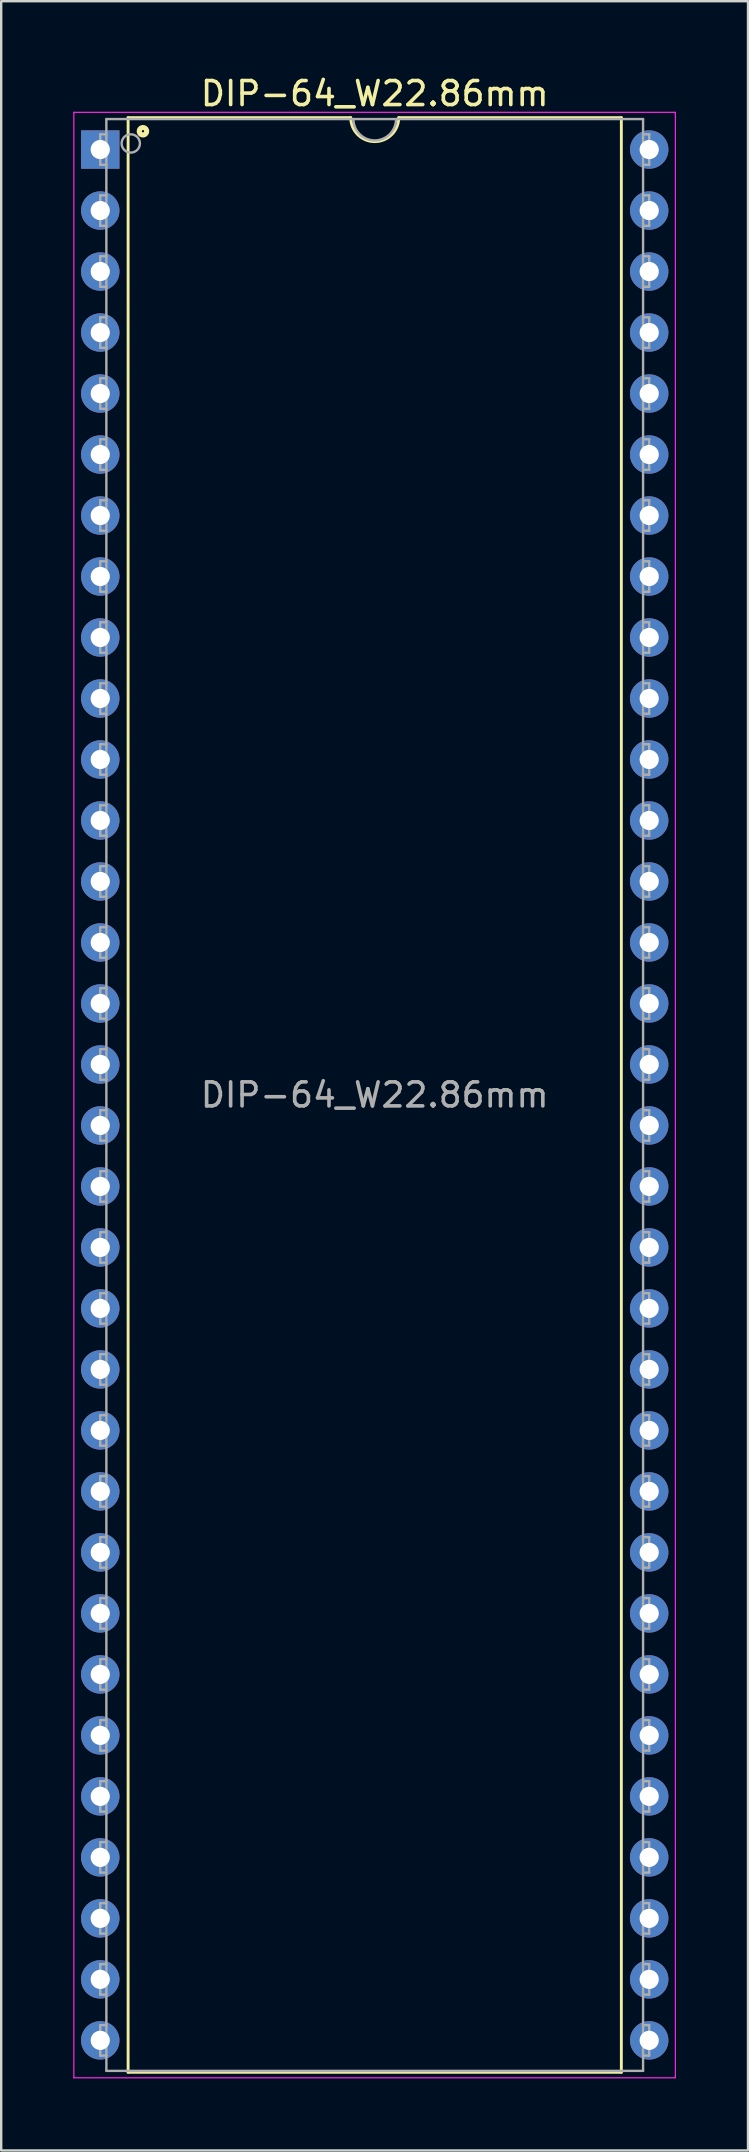
<source format=kicad_pcb>
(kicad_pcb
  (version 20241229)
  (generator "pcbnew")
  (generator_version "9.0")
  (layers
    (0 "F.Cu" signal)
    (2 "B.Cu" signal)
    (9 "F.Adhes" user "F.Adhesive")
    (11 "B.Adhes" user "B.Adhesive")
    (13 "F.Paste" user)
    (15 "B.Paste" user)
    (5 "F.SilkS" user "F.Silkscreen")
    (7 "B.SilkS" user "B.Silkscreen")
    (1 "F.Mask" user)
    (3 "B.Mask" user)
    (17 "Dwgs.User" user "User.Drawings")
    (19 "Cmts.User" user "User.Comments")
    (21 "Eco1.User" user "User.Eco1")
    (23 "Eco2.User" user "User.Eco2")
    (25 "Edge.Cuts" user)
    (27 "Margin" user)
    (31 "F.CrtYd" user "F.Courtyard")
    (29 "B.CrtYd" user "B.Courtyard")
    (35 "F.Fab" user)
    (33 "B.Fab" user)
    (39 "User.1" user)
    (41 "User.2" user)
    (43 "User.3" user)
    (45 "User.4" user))
  (footprint "DIP-64_W22.86mm"
    (layer "F.Cu")
    (at 1.125 3.178)
    (property "Reference" "DIP-64_W22.86mm" (at 11.43 -2.33 0) (layer "F.SilkS") (effects (font (size 1 1) (thickness 0.15))))
    (attr through_hole)
    (fp_line (start 1.16 -1.33) (end 1.16 80.07) (stroke (width 0.12) (type solid)) (layer "F.SilkS"))
    (fp_line (start 1.16 80.07) (end 21.7 80.07) (stroke (width 0.12) (type solid)) (layer "F.SilkS"))
    (fp_line (start 10.43 -1.33) (end 1.16 -1.33) (stroke (width 0.12) (type solid)) (layer "F.SilkS"))
    (fp_line (start 21.7 -1.33) (end 12.43 -1.33) (stroke (width 0.12) (type solid)) (layer "F.SilkS"))
    (fp_line (start 21.7 80.07) (end 21.7 -1.33) (stroke (width 0.12) (type solid)) (layer "F.SilkS"))
    (fp_arc (start 12.43 -1.33) (mid 11.43 -0.33) (end 10.43 -1.33) (stroke (width 0.12) (type solid)) (layer "F.SilkS"))
    (fp_circle (center 1.778 -0.762) (end 1.828 -0.762) (stroke (width 0.12) (type solid)) (fill no) (layer "F.SilkS"))
    (fp_circle (center 1.778 -0.762) (end 1.903 -0.762) (stroke (width 0.12) (type solid)) (fill no) (layer "F.SilkS"))
    (fp_circle (center 1.778 -0.762) (end 1.978 -0.762) (stroke (width 0.12) (type solid)) (fill no) (layer "F.SilkS"))
    (fp_line (start -1.1 -1.55) (end -1.1 80.3) (stroke (width 0.05) (type solid)) (layer "F.CrtYd"))
    (fp_line (start -1.1 80.3) (end 23.95 80.3) (stroke (width 0.05) (type solid)) (layer "F.CrtYd"))
    (fp_line (start 23.95 -1.55) (end -1.1 -1.55) (stroke (width 0.05) (type solid)) (layer "F.CrtYd"))
    (fp_line (start 23.95 80.3) (end 23.95 -1.55) (stroke (width 0.05) (type solid)) (layer "F.CrtYd"))
    (fp_line (start 0 -0.635) (end 0 0.635) (stroke (width 0.1) (type solid)) (layer "F.Fab"))
    (fp_line (start 0 -0.635) (end 0.254 -0.635) (stroke (width 0.1) (type solid)) (layer "F.Fab"))
    (fp_line (start 0 0.635) (end 0.254 0.635) (stroke (width 0.1) (type solid)) (layer "F.Fab"))
    (fp_line (start 0 1.905) (end 0 3.175) (stroke (width 0.1) (type solid)) (layer "F.Fab"))
    (fp_line (start 0 1.905) (end 0.254 1.905) (stroke (width 0.1) (type solid)) (layer "F.Fab"))
    (fp_line (start 0 3.175) (end 0.254 3.175) (stroke (width 0.1) (type solid)) (layer "F.Fab"))
    (fp_line (start 0 4.445) (end 0 5.715) (stroke (width 0.1) (type solid)) (layer "F.Fab"))
    (fp_line (start 0 4.445) (end 0.254 4.445) (stroke (width 0.1) (type solid)) (layer "F.Fab"))
    (fp_line (start 0 5.715) (end 0.254 5.715) (stroke (width 0.1) (type solid)) (layer "F.Fab"))
    (fp_line (start 0 6.985) (end 0 8.255) (stroke (width 0.1) (type solid)) (layer "F.Fab"))
    (fp_line (start 0 6.985) (end 0.254 6.985) (stroke (width 0.1) (type solid)) (layer "F.Fab"))
    (fp_line (start 0 8.255) (end 0.254 8.255) (stroke (width 0.1) (type solid)) (layer "F.Fab"))
    (fp_line (start 0 9.525) (end 0 10.795) (stroke (width 0.1) (type solid)) (layer "F.Fab"))
    (fp_line (start 0 9.525) (end 0.254 9.525) (stroke (width 0.1) (type solid)) (layer "F.Fab"))
    (fp_line (start 0 10.795) (end 0.254 10.795) (stroke (width 0.1) (type solid)) (layer "F.Fab"))
    (fp_line (start 0 12.065) (end 0 13.335) (stroke (width 0.1) (type solid)) (layer "F.Fab"))
    (fp_line (start 0 12.065) (end 0.254 12.065) (stroke (width 0.1) (type solid)) (layer "F.Fab"))
    (fp_line (start 0 13.335) (end 0.254 13.335) (stroke (width 0.1) (type solid)) (layer "F.Fab"))
    (fp_line (start 0 14.605) (end 0 15.875) (stroke (width 0.1) (type solid)) (layer "F.Fab"))
    (fp_line (start 0 14.605) (end 0.254 14.605) (stroke (width 0.1) (type solid)) (layer "F.Fab"))
    (fp_line (start 0 15.875) (end 0.254 15.875) (stroke (width 0.1) (type solid)) (layer "F.Fab"))
    (fp_line (start 0 17.145) (end 0 18.415) (stroke (width 0.1) (type solid)) (layer "F.Fab"))
    (fp_line (start 0 17.145) (end 0.254 17.145) (stroke (width 0.1) (type solid)) (layer "F.Fab"))
    (fp_line (start 0 18.415) (end 0.254 18.415) (stroke (width 0.1) (type solid)) (layer "F.Fab"))
    (fp_line (start 0 19.685) (end 0 20.955) (stroke (width 0.1) (type solid)) (layer "F.Fab"))
    (fp_line (start 0 19.685) (end 0.254 19.685) (stroke (width 0.1) (type solid)) (layer "F.Fab"))
    (fp_line (start 0 20.955) (end 0.254 20.955) (stroke (width 0.1) (type solid)) (layer "F.Fab"))
    (fp_line (start 0 22.225) (end 0 23.495) (stroke (width 0.1) (type solid)) (layer "F.Fab"))
    (fp_line (start 0 22.225) (end 0.254 22.225) (stroke (width 0.1) (type solid)) (layer "F.Fab"))
    (fp_line (start 0 23.495) (end 0.254 23.495) (stroke (width 0.1) (type solid)) (layer "F.Fab"))
    (fp_line (start 0 24.765) (end 0 26.035) (stroke (width 0.1) (type solid)) (layer "F.Fab"))
    (fp_line (start 0 24.765) (end 0.254 24.765) (stroke (width 0.1) (type solid)) (layer "F.Fab"))
    (fp_line (start 0 26.035) (end 0.254 26.035) (stroke (width 0.1) (type solid)) (layer "F.Fab"))
    (fp_line (start 0 27.305) (end 0 28.575) (stroke (width 0.1) (type solid)) (layer "F.Fab"))
    (fp_line (start 0 27.305) (end 0.254 27.305) (stroke (width 0.1) (type solid)) (layer "F.Fab"))
    (fp_line (start 0 28.575) (end 0.254 28.575) (stroke (width 0.1) (type solid)) (layer "F.Fab"))
    (fp_line (start 0 29.845) (end 0 31.115) (stroke (width 0.1) (type solid)) (layer "F.Fab"))
    (fp_line (start 0 29.845) (end 0.254 29.845) (stroke (width 0.1) (type solid)) (layer "F.Fab"))
    (fp_line (start 0 31.115) (end 0.254 31.115) (stroke (width 0.1) (type solid)) (layer "F.Fab"))
    (fp_line (start 0 32.385) (end 0 33.655) (stroke (width 0.1) (type solid)) (layer "F.Fab"))
    (fp_line (start 0 32.385) (end 0.254 32.385) (stroke (width 0.1) (type solid)) (layer "F.Fab"))
    (fp_line (start 0 33.655) (end 0.254 33.655) (stroke (width 0.1) (type solid)) (layer "F.Fab"))
    (fp_line (start 0 34.925) (end 0 36.195) (stroke (width 0.1) (type solid)) (layer "F.Fab"))
    (fp_line (start 0 34.925) (end 0.254 34.925) (stroke (width 0.1) (type solid)) (layer "F.Fab"))
    (fp_line (start 0 36.195) (end 0.254 36.195) (stroke (width 0.1) (type solid)) (layer "F.Fab"))
    (fp_line (start 0 37.465) (end 0 38.735) (stroke (width 0.1) (type solid)) (layer "F.Fab"))
    (fp_line (start 0 37.465) (end 0.254 37.465) (stroke (width 0.1) (type solid)) (layer "F.Fab"))
    (fp_line (start 0 38.735) (end 0.254 38.735) (stroke (width 0.1) (type solid)) (layer "F.Fab"))
    (fp_line (start 0 40.005) (end 0 41.275) (stroke (width 0.1) (type solid)) (layer "F.Fab"))
    (fp_line (start 0 40.005) (end 0.254 40.005) (stroke (width 0.1) (type solid)) (layer "F.Fab"))
    (fp_line (start 0 41.275) (end 0.254 41.275) (stroke (width 0.1) (type solid)) (layer "F.Fab"))
    (fp_line (start 0 42.545) (end 0 43.815) (stroke (width 0.1) (type solid)) (layer "F.Fab"))
    (fp_line (start 0 42.545) (end 0.254 42.545) (stroke (width 0.1) (type solid)) (layer "F.Fab"))
    (fp_line (start 0 43.815) (end 0.254 43.815) (stroke (width 0.1) (type solid)) (layer "F.Fab"))
    (fp_line (start 0 45.085) (end 0 46.355) (stroke (width 0.1) (type solid)) (layer "F.Fab"))
    (fp_line (start 0 45.085) (end 0.254 45.085) (stroke (width 0.1) (type solid)) (layer "F.Fab"))
    (fp_line (start 0 46.355) (end 0.254 46.355) (stroke (width 0.1) (type solid)) (layer "F.Fab"))
    (fp_line (start 0 47.625) (end 0 48.895) (stroke (width 0.1) (type solid)) (layer "F.Fab"))
    (fp_line (start 0 47.625) (end 0.254 47.625) (stroke (width 0.1) (type solid)) (layer "F.Fab"))
    (fp_line (start 0 48.895) (end 0.254 48.895) (stroke (width 0.1) (type solid)) (layer "F.Fab"))
    (fp_line (start 0 50.165) (end 0 51.435) (stroke (width 0.1) (type solid)) (layer "F.Fab"))
    (fp_line (start 0 50.165) (end 0.254 50.165) (stroke (width 0.1) (type solid)) (layer "F.Fab"))
    (fp_line (start 0 51.435) (end 0.254 51.435) (stroke (width 0.1) (type solid)) (layer "F.Fab"))
    (fp_line (start 0 52.705) (end 0 53.975) (stroke (width 0.1) (type solid)) (layer "F.Fab"))
    (fp_line (start 0 52.705) (end 0.254 52.705) (stroke (width 0.1) (type solid)) (layer "F.Fab"))
    (fp_line (start 0 53.975) (end 0.254 53.975) (stroke (width 0.1) (type solid)) (layer "F.Fab"))
    (fp_line (start 0 55.245) (end 0 56.515) (stroke (width 0.1) (type solid)) (layer "F.Fab"))
    (fp_line (start 0 55.245) (end 0.254 55.245) (stroke (width 0.1) (type solid)) (layer "F.Fab"))
    (fp_line (start 0 56.515) (end 0.254 56.515) (stroke (width 0.1) (type solid)) (layer "F.Fab"))
    (fp_line (start 0 57.785) (end 0 59.055) (stroke (width 0.1) (type solid)) (layer "F.Fab"))
    (fp_line (start 0 57.785) (end 0.254 57.785) (stroke (width 0.1) (type solid)) (layer "F.Fab"))
    (fp_line (start 0 59.055) (end 0.254 59.055) (stroke (width 0.1) (type solid)) (layer "F.Fab"))
    (fp_line (start 0 60.325) (end 0 61.595) (stroke (width 0.1) (type solid)) (layer "F.Fab"))
    (fp_line (start 0 60.325) (end 0.254 60.325) (stroke (width 0.1) (type solid)) (layer "F.Fab"))
    (fp_line (start 0 61.595) (end 0.254 61.595) (stroke (width 0.1) (type solid)) (layer "F.Fab"))
    (fp_line (start 0 62.865) (end 0 64.135) (stroke (width 0.1) (type solid)) (layer "F.Fab"))
    (fp_line (start 0 62.865) (end 0.254 62.865) (stroke (width 0.1) (type solid)) (layer "F.Fab"))
    (fp_line (start 0 64.135) (end 0.254 64.135) (stroke (width 0.1) (type solid)) (layer "F.Fab"))
    (fp_line (start 0 65.405) (end 0 66.675) (stroke (width 0.1) (type solid)) (layer "F.Fab"))
    (fp_line (start 0 65.405) (end 0.254 65.405) (stroke (width 0.1) (type solid)) (layer "F.Fab"))
    (fp_line (start 0 66.675) (end 0.254 66.675) (stroke (width 0.1) (type solid)) (layer "F.Fab"))
    (fp_line (start 0 67.945) (end 0 69.215) (stroke (width 0.1) (type solid)) (layer "F.Fab"))
    (fp_line (start 0 67.945) (end 0.254 67.945) (stroke (width 0.1) (type solid)) (layer "F.Fab"))
    (fp_line (start 0 69.215) (end 0.254 69.215) (stroke (width 0.1) (type solid)) (layer "F.Fab"))
    (fp_line (start 0 70.485) (end 0 71.755) (stroke (width 0.1) (type solid)) (layer "F.Fab"))
    (fp_line (start 0 70.485) (end 0.254 70.485) (stroke (width 0.1) (type solid)) (layer "F.Fab"))
    (fp_line (start 0 71.755) (end 0.254 71.755) (stroke (width 0.1) (type solid)) (layer "F.Fab"))
    (fp_line (start 0 73.025) (end 0 74.295) (stroke (width 0.1) (type solid)) (layer "F.Fab"))
    (fp_line (start 0 73.025) (end 0.254 73.025) (stroke (width 0.1) (type solid)) (layer "F.Fab"))
    (fp_line (start 0 74.295) (end 0.254 74.295) (stroke (width 0.1) (type solid)) (layer "F.Fab"))
    (fp_line (start 0 75.565) (end 0 76.835) (stroke (width 0.1) (type solid)) (layer "F.Fab"))
    (fp_line (start 0 75.565) (end 0.254 75.565) (stroke (width 0.1) (type solid)) (layer "F.Fab"))
    (fp_line (start 0 76.835) (end 0.254 76.835) (stroke (width 0.1) (type solid)) (layer "F.Fab"))
    (fp_line (start 0 78.105) (end 0 79.375) (stroke (width 0.1) (type solid)) (layer "F.Fab"))
    (fp_line (start 0 78.105) (end 0.254 78.105) (stroke (width 0.1) (type solid)) (layer "F.Fab"))
    (fp_line (start 0 79.375) (end 0.254 79.375) (stroke (width 0.1) (type solid)) (layer "F.Fab"))
    (fp_line (start 0.254 -1.27) (end 22.605 -1.27) (stroke (width 0.1) (type solid)) (layer "F.Fab"))
    (fp_line (start 0.255 80.01) (end 0.254 -1.27) (stroke (width 0.1) (type solid)) (layer "F.Fab"))
    (fp_line (start 22.605 -1.27) (end 22.605 80.01) (stroke (width 0.1) (type solid)) (layer "F.Fab"))
    (fp_line (start 22.605 80.01) (end 0.255 80.01) (stroke (width 0.1) (type solid)) (layer "F.Fab"))
    (fp_line (start 22.86 -0.635) (end 22.606 -0.635) (stroke (width 0.1) (type solid)) (layer "F.Fab"))
    (fp_line (start 22.86 0.635) (end 22.606 0.635) (stroke (width 0.1) (type solid)) (layer "F.Fab"))
    (fp_line (start 22.86 0.635) (end 22.86 -0.635) (stroke (width 0.1) (type solid)) (layer "F.Fab"))
    (fp_line (start 22.86 1.905) (end 22.606 1.905) (stroke (width 0.1) (type solid)) (layer "F.Fab"))
    (fp_line (start 22.86 3.175) (end 22.606 3.175) (stroke (width 0.1) (type solid)) (layer "F.Fab"))
    (fp_line (start 22.86 3.175) (end 22.86 1.905) (stroke (width 0.1) (type solid)) (layer "F.Fab"))
    (fp_line (start 22.86 4.445) (end 22.606 4.445) (stroke (width 0.1) (type solid)) (layer "F.Fab"))
    (fp_line (start 22.86 5.715) (end 22.606 5.715) (stroke (width 0.1) (type solid)) (layer "F.Fab"))
    (fp_line (start 22.86 5.715) (end 22.86 4.445) (stroke (width 0.1) (type solid)) (layer "F.Fab"))
    (fp_line (start 22.86 6.985) (end 22.606 6.985) (stroke (width 0.1) (type solid)) (layer "F.Fab"))
    (fp_line (start 22.86 8.255) (end 22.606 8.255) (stroke (width 0.1) (type solid)) (layer "F.Fab"))
    (fp_line (start 22.86 8.255) (end 22.86 6.985) (stroke (width 0.1) (type solid)) (layer "F.Fab"))
    (fp_line (start 22.86 9.525) (end 22.606 9.525) (stroke (width 0.1) (type solid)) (layer "F.Fab"))
    (fp_line (start 22.86 10.795) (end 22.606 10.795) (stroke (width 0.1) (type solid)) (layer "F.Fab"))
    (fp_line (start 22.86 10.795) (end 22.86 9.525) (stroke (width 0.1) (type solid)) (layer "F.Fab"))
    (fp_line (start 22.86 12.065) (end 22.606 12.065) (stroke (width 0.1) (type solid)) (layer "F.Fab"))
    (fp_line (start 22.86 13.335) (end 22.606 13.335) (stroke (width 0.1) (type solid)) (layer "F.Fab"))
    (fp_line (start 22.86 13.335) (end 22.86 12.065) (stroke (width 0.1) (type solid)) (layer "F.Fab"))
    (fp_line (start 22.86 14.605) (end 22.606 14.605) (stroke (width 0.1) (type solid)) (layer "F.Fab"))
    (fp_line (start 22.86 15.875) (end 22.606 15.875) (stroke (width 0.1) (type solid)) (layer "F.Fab"))
    (fp_line (start 22.86 15.875) (end 22.86 14.605) (stroke (width 0.1) (type solid)) (layer "F.Fab"))
    (fp_line (start 22.86 17.145) (end 22.606 17.145) (stroke (width 0.1) (type solid)) (layer "F.Fab"))
    (fp_line (start 22.86 18.415) (end 22.606 18.415) (stroke (width 0.1) (type solid)) (layer "F.Fab"))
    (fp_line (start 22.86 18.415) (end 22.86 17.145) (stroke (width 0.1) (type solid)) (layer "F.Fab"))
    (fp_line (start 22.86 19.685) (end 22.606 19.685) (stroke (width 0.1) (type solid)) (layer "F.Fab"))
    (fp_line (start 22.86 20.955) (end 22.606 20.955) (stroke (width 0.1) (type solid)) (layer "F.Fab"))
    (fp_line (start 22.86 20.955) (end 22.86 19.685) (stroke (width 0.1) (type solid)) (layer "F.Fab"))
    (fp_line (start 22.86 22.225) (end 22.606 22.225) (stroke (width 0.1) (type solid)) (layer "F.Fab"))
    (fp_line (start 22.86 23.495) (end 22.606 23.495) (stroke (width 0.1) (type solid)) (layer "F.Fab"))
    (fp_line (start 22.86 23.495) (end 22.86 22.225) (stroke (width 0.1) (type solid)) (layer "F.Fab"))
    (fp_line (start 22.86 24.765) (end 22.606 24.765) (stroke (width 0.1) (type solid)) (layer "F.Fab"))
    (fp_line (start 22.86 26.035) (end 22.606 26.035) (stroke (width 0.1) (type solid)) (layer "F.Fab"))
    (fp_line (start 22.86 26.035) (end 22.86 24.765) (stroke (width 0.1) (type solid)) (layer "F.Fab"))
    (fp_line (start 22.86 27.305) (end 22.606 27.305) (stroke (width 0.1) (type solid)) (layer "F.Fab"))
    (fp_line (start 22.86 28.575) (end 22.606 28.575) (stroke (width 0.1) (type solid)) (layer "F.Fab"))
    (fp_line (start 22.86 28.575) (end 22.86 27.305) (stroke (width 0.1) (type solid)) (layer "F.Fab"))
    (fp_line (start 22.86 29.845) (end 22.606 29.845) (stroke (width 0.1) (type solid)) (layer "F.Fab"))
    (fp_line (start 22.86 31.115) (end 22.606 31.115) (stroke (width 0.1) (type solid)) (layer "F.Fab"))
    (fp_line (start 22.86 31.115) (end 22.86 29.845) (stroke (width 0.1) (type solid)) (layer "F.Fab"))
    (fp_line (start 22.86 32.385) (end 22.606 32.385) (stroke (width 0.1) (type solid)) (layer "F.Fab"))
    (fp_line (start 22.86 33.655) (end 22.606 33.655) (stroke (width 0.1) (type solid)) (layer "F.Fab"))
    (fp_line (start 22.86 33.655) (end 22.86 32.385) (stroke (width 0.1) (type solid)) (layer "F.Fab"))
    (fp_line (start 22.86 34.925) (end 22.606 34.925) (stroke (width 0.1) (type solid)) (layer "F.Fab"))
    (fp_line (start 22.86 36.195) (end 22.606 36.195) (stroke (width 0.1) (type solid)) (layer "F.Fab"))
    (fp_line (start 22.86 36.195) (end 22.86 34.925) (stroke (width 0.1) (type solid)) (layer "F.Fab"))
    (fp_line (start 22.86 37.465) (end 22.606 37.465) (stroke (width 0.1) (type solid)) (layer "F.Fab"))
    (fp_line (start 22.86 38.735) (end 22.606 38.735) (stroke (width 0.1) (type solid)) (layer "F.Fab"))
    (fp_line (start 22.86 38.735) (end 22.86 37.465) (stroke (width 0.1) (type solid)) (layer "F.Fab"))
    (fp_line (start 22.86 40.005) (end 22.606 40.005) (stroke (width 0.1) (type solid)) (layer "F.Fab"))
    (fp_line (start 22.86 41.275) (end 22.606 41.275) (stroke (width 0.1) (type solid)) (layer "F.Fab"))
    (fp_line (start 22.86 41.275) (end 22.86 40.005) (stroke (width 0.1) (type solid)) (layer "F.Fab"))
    (fp_line (start 22.86 42.545) (end 22.606 42.545) (stroke (width 0.1) (type solid)) (layer "F.Fab"))
    (fp_line (start 22.86 43.815) (end 22.606 43.815) (stroke (width 0.1) (type solid)) (layer "F.Fab"))
    (fp_line (start 22.86 43.815) (end 22.86 42.545) (stroke (width 0.1) (type solid)) (layer "F.Fab"))
    (fp_line (start 22.86 45.085) (end 22.606 45.085) (stroke (width 0.1) (type solid)) (layer "F.Fab"))
    (fp_line (start 22.86 46.355) (end 22.606 46.355) (stroke (width 0.1) (type solid)) (layer "F.Fab"))
    (fp_line (start 22.86 46.355) (end 22.86 45.085) (stroke (width 0.1) (type solid)) (layer "F.Fab"))
    (fp_line (start 22.86 47.625) (end 22.606 47.625) (stroke (width 0.1) (type solid)) (layer "F.Fab"))
    (fp_line (start 22.86 48.895) (end 22.606 48.895) (stroke (width 0.1) (type solid)) (layer "F.Fab"))
    (fp_line (start 22.86 48.895) (end 22.86 47.625) (stroke (width 0.1) (type solid)) (layer "F.Fab"))
    (fp_line (start 22.86 50.165) (end 22.606 50.165) (stroke (width 0.1) (type solid)) (layer "F.Fab"))
    (fp_line (start 22.86 51.435) (end 22.606 51.435) (stroke (width 0.1) (type solid)) (layer "F.Fab"))
    (fp_line (start 22.86 51.435) (end 22.86 50.165) (stroke (width 0.1) (type solid)) (layer "F.Fab"))
    (fp_line (start 22.86 52.705) (end 22.606 52.705) (stroke (width 0.1) (type solid)) (layer "F.Fab"))
    (fp_line (start 22.86 53.975) (end 22.606 53.975) (stroke (width 0.1) (type solid)) (layer "F.Fab"))
    (fp_line (start 22.86 53.975) (end 22.86 52.705) (stroke (width 0.1) (type solid)) (layer "F.Fab"))
    (fp_line (start 22.86 55.245) (end 22.606 55.245) (stroke (width 0.1) (type solid)) (layer "F.Fab"))
    (fp_line (start 22.86 56.515) (end 22.606 56.515) (stroke (width 0.1) (type solid)) (layer "F.Fab"))
    (fp_line (start 22.86 56.515) (end 22.86 55.245) (stroke (width 0.1) (type solid)) (layer "F.Fab"))
    (fp_line (start 22.86 57.785) (end 22.606 57.785) (stroke (width 0.1) (type solid)) (layer "F.Fab"))
    (fp_line (start 22.86 59.055) (end 22.606 59.055) (stroke (width 0.1) (type solid)) (layer "F.Fab"))
    (fp_line (start 22.86 59.055) (end 22.86 57.785) (stroke (width 0.1) (type solid)) (layer "F.Fab"))
    (fp_line (start 22.86 60.325) (end 22.606 60.325) (stroke (width 0.1) (type solid)) (layer "F.Fab"))
    (fp_line (start 22.86 61.595) (end 22.606 61.595) (stroke (width 0.1) (type solid)) (layer "F.Fab"))
    (fp_line (start 22.86 61.595) (end 22.86 60.325) (stroke (width 0.1) (type solid)) (layer "F.Fab"))
    (fp_line (start 22.86 62.865) (end 22.606 62.865) (stroke (width 0.1) (type solid)) (layer "F.Fab"))
    (fp_line (start 22.86 64.135) (end 22.606 64.135) (stroke (width 0.1) (type solid)) (layer "F.Fab"))
    (fp_line (start 22.86 64.135) (end 22.86 62.865) (stroke (width 0.1) (type solid)) (layer "F.Fab"))
    (fp_line (start 22.86 65.405) (end 22.606 65.405) (stroke (width 0.1) (type solid)) (layer "F.Fab"))
    (fp_line (start 22.86 66.675) (end 22.606 66.675) (stroke (width 0.1) (type solid)) (layer "F.Fab"))
    (fp_line (start 22.86 66.675) (end 22.86 65.405) (stroke (width 0.1) (type solid)) (layer "F.Fab"))
    (fp_line (start 22.86 67.945) (end 22.606 67.945) (stroke (width 0.1) (type solid)) (layer "F.Fab"))
    (fp_line (start 22.86 69.215) (end 22.606 69.215) (stroke (width 0.1) (type solid)) (layer "F.Fab"))
    (fp_line (start 22.86 69.215) (end 22.86 67.945) (stroke (width 0.1) (type solid)) (layer "F.Fab"))
    (fp_line (start 22.86 70.485) (end 22.606 70.485) (stroke (width 0.1) (type solid)) (layer "F.Fab"))
    (fp_line (start 22.86 71.755) (end 22.606 71.755) (stroke (width 0.1) (type solid)) (layer "F.Fab"))
    (fp_line (start 22.86 71.755) (end 22.86 70.485) (stroke (width 0.1) (type solid)) (layer "F.Fab"))
    (fp_line (start 22.86 73.025) (end 22.606 73.025) (stroke (width 0.1) (type solid)) (layer "F.Fab"))
    (fp_line (start 22.86 74.295) (end 22.606 74.295) (stroke (width 0.1) (type solid)) (layer "F.Fab"))
    (fp_line (start 22.86 74.295) (end 22.86 73.025) (stroke (width 0.1) (type solid)) (layer "F.Fab"))
    (fp_line (start 22.86 75.565) (end 22.606 75.565) (stroke (width 0.1) (type solid)) (layer "F.Fab"))
    (fp_line (start 22.86 76.835) (end 22.606 76.835) (stroke (width 0.1) (type solid)) (layer "F.Fab"))
    (fp_line (start 22.86 76.835) (end 22.86 75.565) (stroke (width 0.1) (type solid)) (layer "F.Fab"))
    (fp_line (start 22.86 78.105) (end 22.606 78.105) (stroke (width 0.1) (type solid)) (layer "F.Fab"))
    (fp_line (start 22.86 79.375) (end 22.606 79.375) (stroke (width 0.1) (type solid)) (layer "F.Fab"))
    (fp_line (start 22.86 79.375) (end 22.86 78.105) (stroke (width 0.1) (type solid)) (layer "F.Fab"))
    (fp_arc (start 12.319 -1.27) (mid 11.43 -0.381) (end 10.541 -1.27) (stroke (width 0.1) (type solid)) (layer "F.Fab"))
    (fp_circle (center 1.27 -0.254) (end 1.651 -0.254) (stroke (width 0.1) (type solid)) (fill no) (layer "F.Fab"))
    (fp_text user "${REFERENCE}" (at 11.43 39.37 0) (layer "F.Fab") (effects (font (size 1 1) (thickness 0.15))))
    (pad "1" thru_hole rect (at 0 0) (size 1.6 1.6) (drill 0.8) (layers "*.Cu" "*.Mask"))
    (pad "2" thru_hole oval (at 0 2.54) (size 1.6 1.6) (drill 0.8) (layers "*.Cu" "*.Mask"))
    (pad "3" thru_hole oval (at 0 5.08) (size 1.6 1.6) (drill 0.8) (layers "*.Cu" "*.Mask"))
    (pad "4" thru_hole oval (at 0 7.62) (size 1.6 1.6) (drill 0.8) (layers "*.Cu" "*.Mask"))
    (pad "5" thru_hole oval (at 0 10.16) (size 1.6 1.6) (drill 0.8) (layers "*.Cu" "*.Mask"))
    (pad "6" thru_hole oval (at 0 12.7) (size 1.6 1.6) (drill 0.8) (layers "*.Cu" "*.Mask"))
    (pad "7" thru_hole oval (at 0 15.24) (size 1.6 1.6) (drill 0.8) (layers "*.Cu" "*.Mask"))
    (pad "8" thru_hole oval (at 0 17.78) (size 1.6 1.6) (drill 0.8) (layers "*.Cu" "*.Mask"))
    (pad "9" thru_hole oval (at 0 20.32) (size 1.6 1.6) (drill 0.8) (layers "*.Cu" "*.Mask"))
    (pad "10" thru_hole oval (at 0 22.86) (size 1.6 1.6) (drill 0.8) (layers "*.Cu" "*.Mask"))
    (pad "11" thru_hole oval (at 0 25.4) (size 1.6 1.6) (drill 0.8) (layers "*.Cu" "*.Mask"))
    (pad "12" thru_hole oval (at 0 27.94) (size 1.6 1.6) (drill 0.8) (layers "*.Cu" "*.Mask"))
    (pad "13" thru_hole oval (at 0 30.48) (size 1.6 1.6) (drill 0.8) (layers "*.Cu" "*.Mask"))
    (pad "14" thru_hole oval (at 0 33.02) (size 1.6 1.6) (drill 0.8) (layers "*.Cu" "*.Mask"))
    (pad "15" thru_hole oval (at 0 35.56) (size 1.6 1.6) (drill 0.8) (layers "*.Cu" "*.Mask"))
    (pad "16" thru_hole oval (at 0 38.1) (size 1.6 1.6) (drill 0.8) (layers "*.Cu" "*.Mask"))
    (pad "17" thru_hole oval (at 0 40.64) (size 1.6 1.6) (drill 0.8) (layers "*.Cu" "*.Mask"))
    (pad "18" thru_hole oval (at 0 43.18) (size 1.6 1.6) (drill 0.8) (layers "*.Cu" "*.Mask"))
    (pad "19" thru_hole oval (at 0 45.72) (size 1.6 1.6) (drill 0.8) (layers "*.Cu" "*.Mask"))
    (pad "20" thru_hole oval (at 0 48.26) (size 1.6 1.6) (drill 0.8) (layers "*.Cu" "*.Mask"))
    (pad "21" thru_hole oval (at 0 50.8) (size 1.6 1.6) (drill 0.8) (layers "*.Cu" "*.Mask"))
    (pad "22" thru_hole oval (at 0 53.34) (size 1.6 1.6) (drill 0.8) (layers "*.Cu" "*.Mask"))
    (pad "23" thru_hole oval (at 0 55.88) (size 1.6 1.6) (drill 0.8) (layers "*.Cu" "*.Mask"))
    (pad "24" thru_hole oval (at 0 58.42) (size 1.6 1.6) (drill 0.8) (layers "*.Cu" "*.Mask"))
    (pad "25" thru_hole oval (at 0 60.96) (size 1.6 1.6) (drill 0.8) (layers "*.Cu" "*.Mask"))
    (pad "26" thru_hole oval (at 0 63.5) (size 1.6 1.6) (drill 0.8) (layers "*.Cu" "*.Mask"))
    (pad "27" thru_hole oval (at 0 66.04) (size 1.6 1.6) (drill 0.8) (layers "*.Cu" "*.Mask"))
    (pad "28" thru_hole oval (at 0 68.58) (size 1.6 1.6) (drill 0.8) (layers "*.Cu" "*.Mask"))
    (pad "29" thru_hole oval (at 0 71.12) (size 1.6 1.6) (drill 0.8) (layers "*.Cu" "*.Mask"))
    (pad "30" thru_hole oval (at 0 73.66) (size 1.6 1.6) (drill 0.8) (layers "*.Cu" "*.Mask"))
    (pad "31" thru_hole oval (at 0 76.2) (size 1.6 1.6) (drill 0.8) (layers "*.Cu" "*.Mask"))
    (pad "32" thru_hole oval (at 0 78.74) (size 1.6 1.6) (drill 0.8) (layers "*.Cu" "*.Mask"))
    (pad "33" thru_hole oval (at 22.86 78.74) (size 1.6 1.6) (drill 0.8) (layers "*.Cu" "*.Mask"))
    (pad "34" thru_hole oval (at 22.86 76.2) (size 1.6 1.6) (drill 0.8) (layers "*.Cu" "*.Mask"))
    (pad "35" thru_hole oval (at 22.86 73.66) (size 1.6 1.6) (drill 0.8) (layers "*.Cu" "*.Mask"))
    (pad "36" thru_hole oval (at 22.86 71.12) (size 1.6 1.6) (drill 0.8) (layers "*.Cu" "*.Mask"))
    (pad "37" thru_hole oval (at 22.86 68.58) (size 1.6 1.6) (drill 0.8) (layers "*.Cu" "*.Mask"))
    (pad "38" thru_hole oval (at 22.86 66.04) (size 1.6 1.6) (drill 0.8) (layers "*.Cu" "*.Mask"))
    (pad "39" thru_hole oval (at 22.86 63.5) (size 1.6 1.6) (drill 0.8) (layers "*.Cu" "*.Mask"))
    (pad "40" thru_hole oval (at 22.86 60.96) (size 1.6 1.6) (drill 0.8) (layers "*.Cu" "*.Mask"))
    (pad "41" thru_hole oval (at 22.86 58.42) (size 1.6 1.6) (drill 0.8) (layers "*.Cu" "*.Mask"))
    (pad "42" thru_hole oval (at 22.86 55.88) (size 1.6 1.6) (drill 0.8) (layers "*.Cu" "*.Mask"))
    (pad "43" thru_hole oval (at 22.86 53.34) (size 1.6 1.6) (drill 0.8) (layers "*.Cu" "*.Mask"))
    (pad "44" thru_hole oval (at 22.86 50.8) (size 1.6 1.6) (drill 0.8) (layers "*.Cu" "*.Mask"))
    (pad "45" thru_hole oval (at 22.86 48.26) (size 1.6 1.6) (drill 0.8) (layers "*.Cu" "*.Mask"))
    (pad "46" thru_hole oval (at 22.86 45.72) (size 1.6 1.6) (drill 0.8) (layers "*.Cu" "*.Mask"))
    (pad "47" thru_hole oval (at 22.86 43.18) (size 1.6 1.6) (drill 0.8) (layers "*.Cu" "*.Mask"))
    (pad "48" thru_hole oval (at 22.86 40.64) (size 1.6 1.6) (drill 0.8) (layers "*.Cu" "*.Mask"))
    (pad "49" thru_hole oval (at 22.86 38.1) (size 1.6 1.6) (drill 0.8) (layers "*.Cu" "*.Mask"))
    (pad "50" thru_hole oval (at 22.86 35.56) (size 1.6 1.6) (drill 0.8) (layers "*.Cu" "*.Mask"))
    (pad "51" thru_hole oval (at 22.86 33.02) (size 1.6 1.6) (drill 0.8) (layers "*.Cu" "*.Mask"))
    (pad "52" thru_hole oval (at 22.86 30.48) (size 1.6 1.6) (drill 0.8) (layers "*.Cu" "*.Mask"))
    (pad "53" thru_hole oval (at 22.86 27.94) (size 1.6 1.6) (drill 0.8) (layers "*.Cu" "*.Mask"))
    (pad "54" thru_hole oval (at 22.86 25.4) (size 1.6 1.6) (drill 0.8) (layers "*.Cu" "*.Mask"))
    (pad "55" thru_hole oval (at 22.86 22.86) (size 1.6 1.6) (drill 0.8) (layers "*.Cu" "*.Mask"))
    (pad "56" thru_hole oval (at 22.86 20.32) (size 1.6 1.6) (drill 0.8) (layers "*.Cu" "*.Mask"))
    (pad "57" thru_hole oval (at 22.86 17.78) (size 1.6 1.6) (drill 0.8) (layers "*.Cu" "*.Mask"))
    (pad "58" thru_hole oval (at 22.86 15.24) (size 1.6 1.6) (drill 0.8) (layers "*.Cu" "*.Mask"))
    (pad "59" thru_hole oval (at 22.86 12.7) (size 1.6 1.6) (drill 0.8) (layers "*.Cu" "*.Mask"))
    (pad "60" thru_hole oval (at 22.86 10.16) (size 1.6 1.6) (drill 0.8) (layers "*.Cu" "*.Mask"))
    (pad "61" thru_hole oval (at 22.86 7.62) (size 1.6 1.6) (drill 0.8) (layers "*.Cu" "*.Mask"))
    (pad "62" thru_hole oval (at 22.86 5.08) (size 1.6 1.6) (drill 0.8) (layers "*.Cu" "*.Mask"))
    (pad "63" thru_hole oval (at 22.86 2.54) (size 1.6 1.6) (drill 0.8) (layers "*.Cu" "*.Mask"))
    (pad "64" thru_hole oval (at 22.86 0) (size 1.6 1.6) (drill 0.8) (layers "*.Cu" "*.Mask")))
  (gr_rect
    (start -3 -3)
    (end 28.1 86.503)
    (stroke (width 0.1) (type default))
    (fill no)
    (layer "Edge.Cuts")))
</source>
